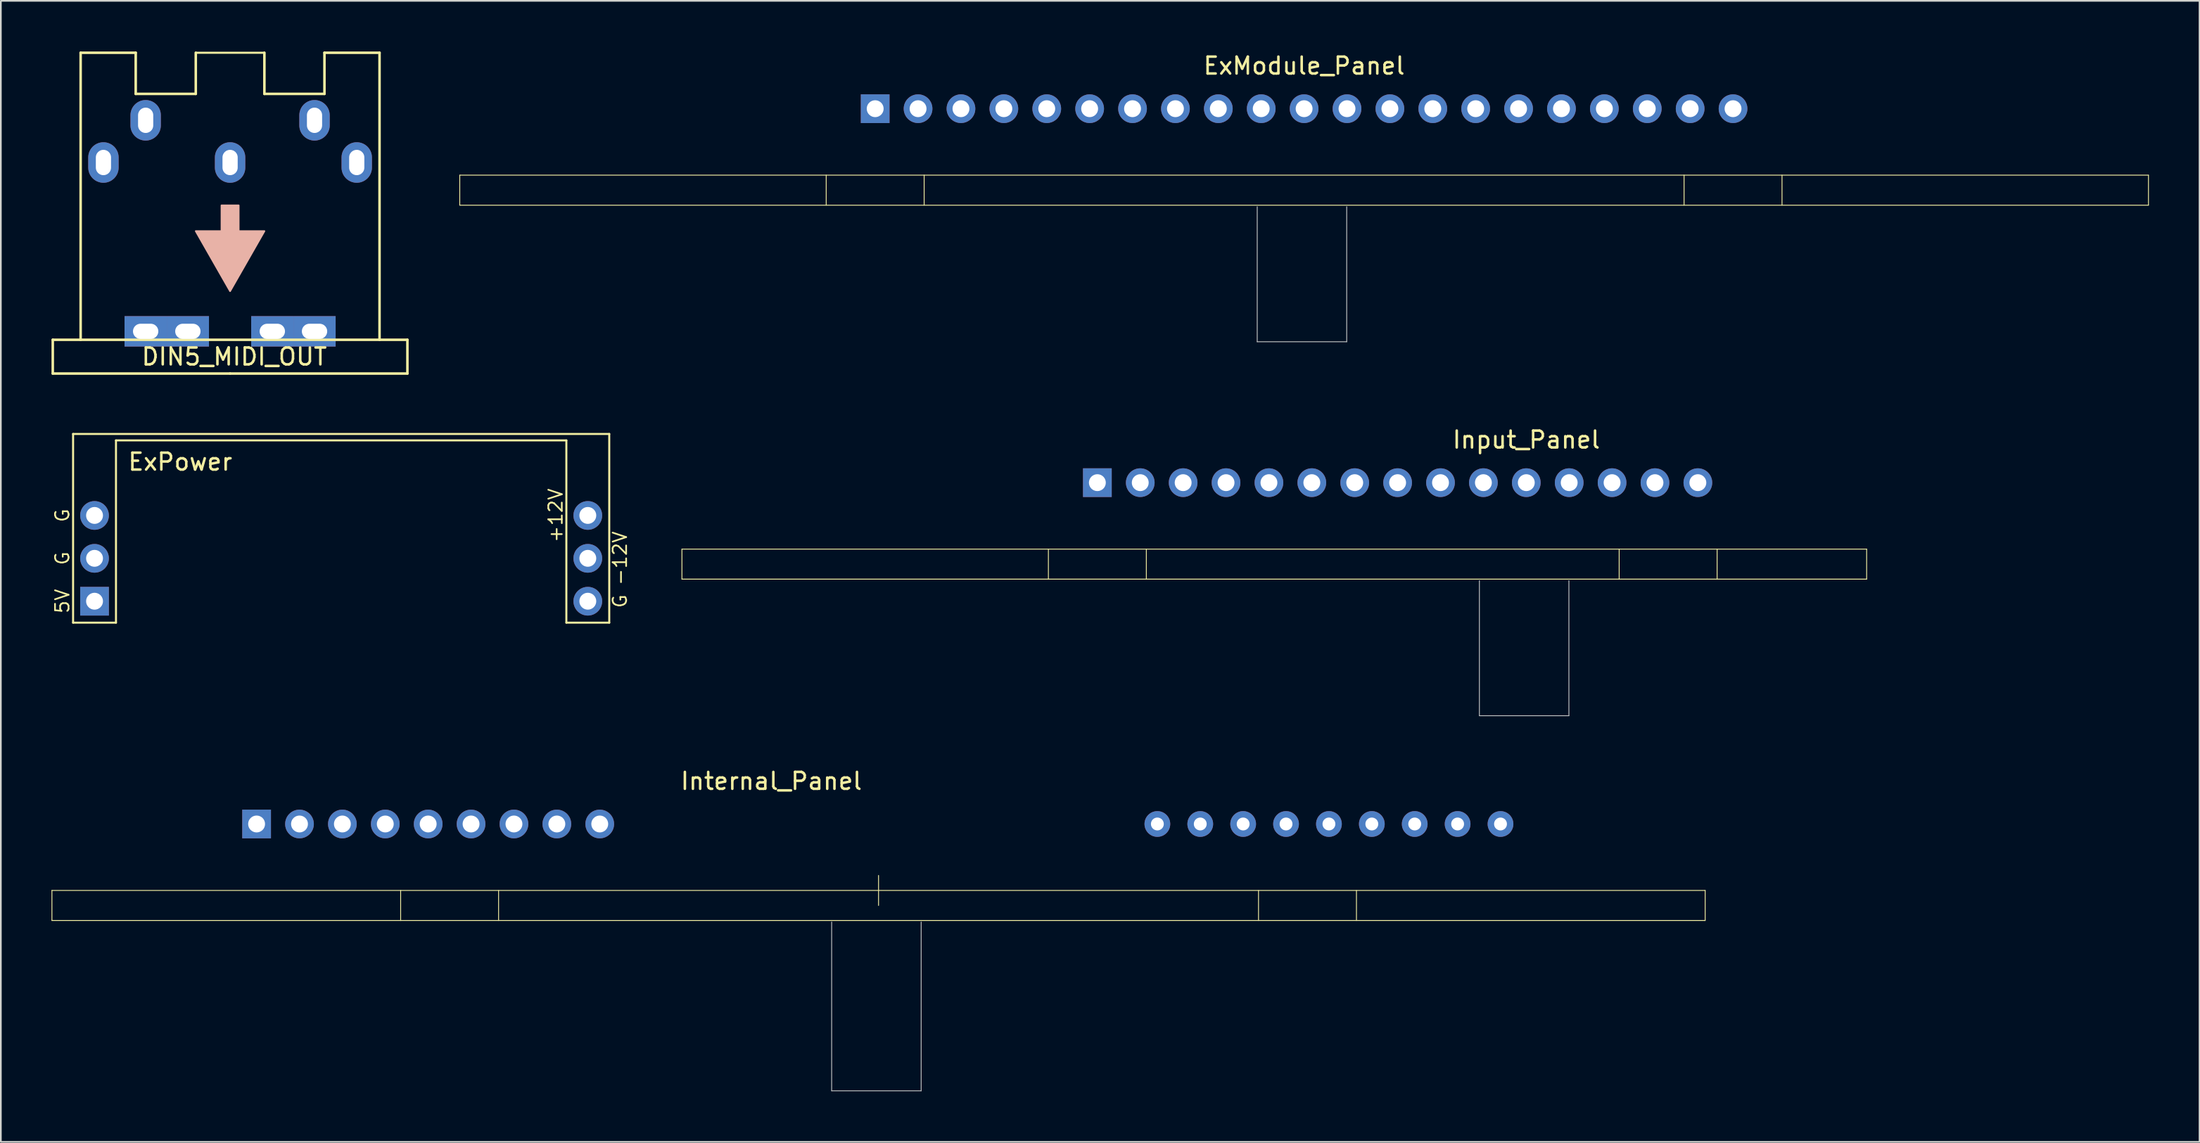
<source format=kicad_pcb>
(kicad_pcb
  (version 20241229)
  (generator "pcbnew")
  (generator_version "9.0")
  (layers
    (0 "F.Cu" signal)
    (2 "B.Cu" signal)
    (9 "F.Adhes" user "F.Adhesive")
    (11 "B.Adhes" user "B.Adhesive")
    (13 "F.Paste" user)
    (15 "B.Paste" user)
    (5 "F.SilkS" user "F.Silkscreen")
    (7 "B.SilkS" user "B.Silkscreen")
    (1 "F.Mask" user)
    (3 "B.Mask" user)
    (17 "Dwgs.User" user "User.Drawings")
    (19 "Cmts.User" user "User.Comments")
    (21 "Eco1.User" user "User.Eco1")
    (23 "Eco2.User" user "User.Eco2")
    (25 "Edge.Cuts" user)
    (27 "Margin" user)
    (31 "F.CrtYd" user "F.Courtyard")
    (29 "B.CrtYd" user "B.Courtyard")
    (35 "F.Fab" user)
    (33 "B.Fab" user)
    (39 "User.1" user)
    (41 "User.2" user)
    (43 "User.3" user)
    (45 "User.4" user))
  (footprint "Input_Panel"
    (layer "F.Cu")
    (at 87.332 25.538)
    (property "Reference" "Input_Panel" (at 0 -2.54 180) (layer "F.SilkS") (effects (font (size 1 1) (thickness 0.15))))
    (attr through_hole)
    (fp_line (start -50 3.937) (end -50 5.715) (stroke (width 0.05) (type solid)) (layer "F.SilkS"))
    (fp_line (start -50 3.937) (end 20.155 3.937) (stroke (width 0.05) (type solid)) (layer "F.SilkS"))
    (fp_line (start -50 5.715) (end 20.155 5.715) (stroke (width 0.05) (type solid)) (layer "F.SilkS"))
    (fp_line (start -28.3 3.937) (end -28.3 5.715) (stroke (width 0.05) (type solid)) (layer "F.SilkS"))
    (fp_line (start -22.5 3.937) (end -22.5 5.715) (stroke (width 0.05) (type solid)) (layer "F.SilkS"))
    (fp_line (start 5.5 5.715) (end 5.5 3.937) (stroke (width 0.05) (type solid)) (layer "F.SilkS"))
    (fp_line (start 11.3 5.715) (end 11.3 3.937) (stroke (width 0.05) (type solid)) (layer "F.SilkS"))
    (fp_line (start 20.155 3.937) (end 20.155 5.715) (stroke (width 0.05) (type solid)) (layer "F.SilkS"))
    (fp_line (start -2.777 13.804) (end -2.777 5.804) (stroke (width 0.05) (type solid)) (layer "Dwgs.User"))
    (fp_line (start -2.777 13.804) (end 2.523 13.804) (stroke (width 0.05) (type solid)) (layer "Dwgs.User"))
    (fp_line (start 2.523 13.804) (end 2.523 5.804) (stroke (width 0.05) (type solid)) (layer "Dwgs.User"))
    (pad "1" thru_hole rect (at -25.4 0) (size 1.7 1.7) (drill 1) (layers "*.Cu" "*.Mask"))
    (pad "2" thru_hole oval (at -22.86 0) (size 1.7 1.7) (drill 1) (layers "*.Cu" "*.Mask"))
    (pad "3" thru_hole oval (at -20.32 0) (size 1.7 1.7) (drill 1) (layers "*.Cu" "*.Mask"))
    (pad "4" thru_hole oval (at -17.78 0) (size 1.7 1.7) (drill 1) (layers "*.Cu" "*.Mask"))
    (pad "5" thru_hole oval (at -15.24 0) (size 1.7 1.7) (drill 1) (layers "*.Cu" "*.Mask"))
    (pad "6" thru_hole oval (at -12.7 0) (size 1.7 1.7) (drill 1) (layers "*.Cu" "*.Mask"))
    (pad "7" thru_hole oval (at -10.16 0) (size 1.7 1.7) (drill 1) (layers "*.Cu" "*.Mask"))
    (pad "8" thru_hole oval (at -7.62 0) (size 1.7 1.7) (drill 1) (layers "*.Cu" "*.Mask"))
    (pad "9" thru_hole oval (at -5.08 0) (size 1.7 1.7) (drill 1) (layers "*.Cu" "*.Mask"))
    (pad "10" thru_hole oval (at -2.54 0) (size 1.7 1.7) (drill 1) (layers "*.Cu" "*.Mask"))
    (pad "11" thru_hole oval (at 0 0) (size 1.7 1.7) (drill 1) (layers "*.Cu" "*.Mask"))
    (pad "12" thru_hole oval (at 2.54 0) (size 1.7 1.7) (drill 1) (layers "*.Cu" "*.Mask"))
    (pad "13" thru_hole oval (at 5.08 0) (size 1.7 1.7) (drill 1) (layers "*.Cu" "*.Mask"))
    (pad "14" thru_hole oval (at 7.62 0) (size 1.7 1.7) (drill 1) (layers "*.Cu" "*.Mask"))
    (pad "15" thru_hole oval (at 10.16 0) (size 1.7 1.7) (drill 1) (layers "*.Cu" "*.Mask")))
  (footprint "ExModule_Panel"
    (layer "F.Cu")
    (at 74.175 3.388)
    (property "Reference" "ExModule_Panel" (at 0 -2.54 180) (layer "F.SilkS") (effects (font (size 1 1) (thickness 0.15))))
    (attr through_hole)
    (fp_line (start -50 3.937) (end -50 5.715) (stroke (width 0.05) (type solid)) (layer "F.SilkS"))
    (fp_line (start -50 3.937) (end 50 3.937) (stroke (width 0.05) (type solid)) (layer "F.SilkS"))
    (fp_line (start -50 5.715) (end 50 5.715) (stroke (width 0.05) (type solid)) (layer "F.SilkS"))
    (fp_line (start -28.3 3.937) (end -28.3 5.715) (stroke (width 0.05) (type solid)) (layer "F.SilkS"))
    (fp_line (start -22.5 3.937) (end -22.5 5.715) (stroke (width 0.05) (type solid)) (layer "F.SilkS"))
    (fp_line (start 22.5 5.715) (end 22.5 3.937) (stroke (width 0.05) (type solid)) (layer "F.SilkS"))
    (fp_line (start 28.3 5.715) (end 28.3 3.937) (stroke (width 0.05) (type solid)) (layer "F.SilkS"))
    (fp_line (start 50 3.937) (end 50 5.715) (stroke (width 0.05) (type solid)) (layer "F.SilkS"))
    (fp_line (start -2.777 13.804) (end -2.777 5.804) (stroke (width 0.05) (type solid)) (layer "Dwgs.User"))
    (fp_line (start -2.777 13.804) (end 2.523 13.804) (stroke (width 0.05) (type solid)) (layer "Dwgs.User"))
    (fp_line (start 2.523 13.804) (end 2.523 5.804) (stroke (width 0.05) (type solid)) (layer "Dwgs.User"))
    (pad "1" thru_hole rect (at -25.4 0) (size 1.7 1.7) (drill 1) (layers "*.Cu" "*.Mask"))
    (pad "2" thru_hole oval (at -22.86 0) (size 1.7 1.7) (drill 1) (layers "*.Cu" "*.Mask"))
    (pad "3" thru_hole oval (at -20.32 0) (size 1.7 1.7) (drill 1) (layers "*.Cu" "*.Mask"))
    (pad "4" thru_hole oval (at -17.78 0) (size 1.7 1.7) (drill 1) (layers "*.Cu" "*.Mask"))
    (pad "5" thru_hole oval (at -15.24 0) (size 1.7 1.7) (drill 1) (layers "*.Cu" "*.Mask"))
    (pad "6" thru_hole oval (at -12.7 0) (size 1.7 1.7) (drill 1) (layers "*.Cu" "*.Mask"))
    (pad "7" thru_hole oval (at -10.16 0) (size 1.7 1.7) (drill 1) (layers "*.Cu" "*.Mask"))
    (pad "8" thru_hole oval (at -7.62 0) (size 1.7 1.7) (drill 1) (layers "*.Cu" "*.Mask"))
    (pad "9" thru_hole oval (at -5.08 0) (size 1.7 1.7) (drill 1) (layers "*.Cu" "*.Mask"))
    (pad "10" thru_hole oval (at -2.54 0) (size 1.7 1.7) (drill 1) (layers "*.Cu" "*.Mask"))
    (pad "11" thru_hole oval (at 0 0) (size 1.7 1.7) (drill 1) (layers "*.Cu" "*.Mask"))
    (pad "12" thru_hole oval (at 2.54 0) (size 1.7 1.7) (drill 1) (layers "*.Cu" "*.Mask"))
    (pad "13" thru_hole oval (at 5.08 0) (size 1.7 1.7) (drill 1) (layers "*.Cu" "*.Mask"))
    (pad "14" thru_hole oval (at 7.62 0) (size 1.7 1.7) (drill 1) (layers "*.Cu" "*.Mask"))
    (pad "15" thru_hole oval (at 10.16 0) (size 1.7 1.7) (drill 1) (layers "*.Cu" "*.Mask"))
    (pad "16" thru_hole oval (at 12.7 0) (size 1.7 1.7) (drill 1) (layers "*.Cu" "*.Mask"))
    (pad "17" thru_hole oval (at 15.24 0) (size 1.7 1.7) (drill 1) (layers "*.Cu" "*.Mask"))
    (pad "18" thru_hole oval (at 17.78 0) (size 1.7 1.7) (drill 1) (layers "*.Cu" "*.Mask"))
    (pad "19" thru_hole oval (at 20.32 0) (size 1.7 1.7) (drill 1) (layers "*.Cu" "*.Mask"))
    (pad "20" thru_hole oval (at 22.86 0) (size 1.7 1.7) (drill 1) (layers "*.Cu" "*.Mask"))
    (pad "21" thru_hole oval (at 25.4 0) (size 1.7 1.7) (drill 1) (layers "*.Cu" "*.Mask")))
  (footprint "DIN5_MIDI_OUT"
    (layer "F.Cu")
    (at 10.575 6.575)
    (property "Reference" "DIN5_MIDI_OUT" (at 0.25 11.5 180) (layer "F.SilkS") (effects (font (size 1 1) (thickness 0.15))))
    (attr through_hole)
    (fp_line (start -10.5 10.5) (end 10.5 10.5) (stroke (width 0.15) (type solid)) (layer "F.SilkS"))
    (fp_line (start -10.5 12.5) (end -10.5 10.5) (stroke (width 0.15) (type solid)) (layer "F.SilkS"))
    (fp_line (start -8.85 -6.5) (end -5.588 -6.5) (stroke (width 0.15) (type solid)) (layer "F.SilkS"))
    (fp_line (start -8.85 10.5) (end -8.85 -6.5) (stroke (width 0.15) (type solid)) (layer "F.SilkS"))
    (fp_line (start -5.588 -6.5) (end -5.588 -4.064) (stroke (width 0.15) (type solid)) (layer "F.SilkS"))
    (fp_line (start -5.588 -4.064) (end -2.032 -4.064) (stroke (width 0.15) (type solid)) (layer "F.SilkS"))
    (fp_line (start -2.032 -6.5) (end -2.032 -4.064) (stroke (width 0.15) (type solid)) (layer "F.SilkS"))
    (fp_line (start -2.032 -6.5) (end 2.032 -6.5) (stroke (width 0.12) (type solid)) (layer "F.SilkS"))
    (fp_line (start 0 12.5) (end -10.5 12.5) (stroke (width 0.15) (type solid)) (layer "F.SilkS"))
    (fp_line (start 0 12.5) (end 10.5 12.5) (stroke (width 0.15) (type solid)) (layer "F.SilkS"))
    (fp_line (start 2.032 -6.5) (end 2.032 -4.064) (stroke (width 0.15) (type solid)) (layer "F.SilkS"))
    (fp_line (start 2.032 -4.064) (end 5.588 -4.064) (stroke (width 0.15) (type solid)) (layer "F.SilkS"))
    (fp_line (start 5.588 -6.5) (end 5.588 -4.064) (stroke (width 0.15) (type solid)) (layer "F.SilkS"))
    (fp_line (start 8.85 -6.5) (end 5.588 -6.5) (stroke (width 0.15) (type solid)) (layer "F.SilkS"))
    (fp_line (start 8.85 -6.5) (end 8.85 10.5) (stroke (width 0.15) (type solid)) (layer "F.SilkS"))
    (fp_line (start 10.5 10.5) (end 10.5 12.5) (stroke (width 0.15) (type solid)) (layer "F.SilkS"))
    (fp_poly (pts (xy -2.032 4.064) (xy -0.508 4.064) (xy -0.508 2.54) (xy 0.508 2.54) (xy 0.508 4.064) (xy 2.032 4.064) (xy 0 7.62)) (stroke (width 0.1) (type solid)) (fill yes) (layer "B.SilkS"))
    (pad "1" thru_hole oval (at 7.5 0) (size 1.8 2.4) (drill oval 0.9 1.5) (layers "*.Cu" "*.Mask"))
    (pad "2" thru_hole oval (at 0 0) (size 1.8 2.4) (drill oval 0.9 1.5) (layers "*.Cu" "*.Mask"))
    (pad "3" thru_hole oval (at -7.5 0) (size 1.8 2.4) (drill oval 0.9 1.5) (layers "*.Cu" "*.Mask"))
    (pad "4" thru_hole oval (at 5 -2.5) (size 1.8 2.4) (drill oval 0.9 1.5) (layers "*.Cu" "*.Mask"))
    (pad "5" thru_hole oval (at -5 -2.5) (size 1.8 2.4) (drill oval 0.9 1.5) (layers "*.Cu" "*.Mask"))
    (pad "6" thru_hole rect (at -5 10) (size 2.5 1.8) (drill oval 1.5 0.9) (layers "*.Cu" "*.Mask"))
    (pad "6" thru_hole rect (at -2.5 10) (size 2.5 1.8) (drill oval 1.5 0.9) (layers "*.Cu" "*.Mask"))
    (pad "6" thru_hole rect (at 2.5 10) (size 2.5 1.8) (drill oval 1.5 0.9) (layers "*.Cu" "*.Mask"))
    (pad "6" thru_hole rect (at 5 10) (size 2.5 1.8) (drill oval 1.5 0.9) (layers "*.Cu" "*.Mask")))
  (footprint "ExPower"
    (layer "F.Cu")
    (at 0.643 22.4)
    (property "Reference" "ExPower" (at 3.81 1.905 180) (layer "F.SilkS") (effects (font (size 1 1) (thickness 0.15)) (justify left)))
    (attr through_hole)
    (fp_line (start 0.635 0.254) (end 32.385 0.254) (stroke (width 0.12) (type solid)) (layer "F.SilkS"))
    (fp_line (start 0.635 11.43) (end 0.635 0.254) (stroke (width 0.12) (type solid)) (layer "F.SilkS"))
    (fp_line (start 3.175 0.635) (end 3.175 11.43) (stroke (width 0.12) (type solid)) (layer "F.SilkS"))
    (fp_line (start 3.175 11.43) (end 0.635 11.43) (stroke (width 0.12) (type solid)) (layer "F.SilkS"))
    (fp_line (start 29.845 0.635) (end 3.175 0.635) (stroke (width 0.12) (type solid)) (layer "F.SilkS"))
    (fp_line (start 29.845 11.43) (end 29.845 0.635) (stroke (width 0.12) (type solid)) (layer "F.SilkS"))
    (fp_line (start 32.385 0.254) (end 32.385 11.43) (stroke (width 0.12) (type solid)) (layer "F.SilkS"))
    (fp_line (start 32.385 11.43) (end 29.845 11.43) (stroke (width 0.12) (type solid)) (layer "F.SilkS"))
    (fp_text user "-12V" (at 33.02 7.62 270) (layer "F.SilkS") (effects (font (size 0.8 0.8) (thickness 0.1))))
    (fp_text user "+12V" (at 29.21 5.08 270) (layer "F.SilkS") (effects (font (size 0.8 0.8) (thickness 0.1))))
    (fp_text user "G" (at 0 7.62 270) (layer "F.SilkS") (effects (font (size 0.8 0.8) (thickness 0.1))))
    (fp_text user "G" (at 0 5.08 270) (layer "F.SilkS") (effects (font (size 0.8 0.8) (thickness 0.1))))
    (fp_text user "5V" (at 0 10.16 270) (layer "F.SilkS") (effects (font (size 0.8 0.8) (thickness 0.1))))
    (fp_text user "G" (at 33.02 10.16 270) (layer "F.SilkS") (effects (font (size 0.8 0.8) (thickness 0.1))))
    (pad "1" thru_hole rect (at 1.905 10.16) (size 1.7 1.7) (drill 1) (layers "*.Cu" "*.Mask"))
    (pad "2" thru_hole oval (at 1.905 5.08) (size 1.7 1.7) (drill 1) (layers "*.Cu" "*.Mask"))
    (pad "2" thru_hole oval (at 1.905 7.62) (size 1.7 1.7) (drill 1) (layers "*.Cu" "*.Mask"))
    (pad "2" thru_hole oval (at 31.115 10.16) (size 1.7 1.7) (drill 1) (layers "*.Cu" "*.Mask"))
    (pad "3" thru_hole oval (at 31.115 5.08) (size 1.7 1.7) (drill 1) (layers "*.Cu" "*.Mask"))
    (pad "4" thru_hole oval (at 31.115 7.62) (size 1.7 1.7) (drill 1) (layers "*.Cu" "*.Mask")))
  (footprint "Internal_Panel"
    (layer "F.Cu")
    (at 48.975 45.755)
    (property "Reference" "Internal_Panel" (at -6.35 -2.54 0) (layer "F.SilkS") (effects (font (size 1 1) (thickness 0.15))))
    (attr through_hole)
    (fp_line (start -48.95 3.937) (end -48.95 5.715) (stroke (width 0.05) (type solid)) (layer "F.SilkS"))
    (fp_line (start -48.95 3.937) (end 48.95 3.937) (stroke (width 0.05) (type solid)) (layer "F.SilkS"))
    (fp_line (start -48.95 5.715) (end 48.95 5.715) (stroke (width 0.05) (type solid)) (layer "F.SilkS"))
    (fp_line (start -28.3 3.937) (end -28.3 5.715) (stroke (width 0.05) (type solid)) (layer "F.SilkS"))
    (fp_line (start -22.5 3.937) (end -22.5 5.715) (stroke (width 0.05) (type solid)) (layer "F.SilkS"))
    (fp_line (start 0 3.048) (end 0 4.826) (stroke (width 0.05) (type solid)) (layer "F.SilkS"))
    (fp_line (start 22.5 5.715) (end 22.5 3.937) (stroke (width 0.05) (type solid)) (layer "F.SilkS"))
    (fp_line (start 28.3 5.715) (end 28.3 3.937) (stroke (width 0.05) (type solid)) (layer "F.SilkS"))
    (fp_line (start 48.95 3.937) (end 48.95 5.715) (stroke (width 0.05) (type solid)) (layer "F.SilkS"))
    (fp_line (start -2.777 15.804) (end -2.777 5.804) (stroke (width 0.05) (type solid)) (layer "Dwgs.User"))
    (fp_line (start -2.777 15.804) (end 2.523 15.804) (stroke (width 0.05) (type solid)) (layer "Dwgs.User"))
    (fp_line (start 2.523 15.804) (end 2.523 5.804) (stroke (width 0.05) (type solid)) (layer "Dwgs.User"))
    (pad "1" thru_hole rect (at -36.83 0) (size 1.7 1.7) (drill 1) (layers "*.Cu" "*.Mask"))
    (pad "2" thru_hole oval (at -34.29 0) (size 1.7 1.7) (drill 1) (layers "*.Cu" "*.Mask"))
    (pad "3" thru_hole oval (at -31.75 0) (size 1.7 1.7) (drill 1) (layers "*.Cu" "*.Mask"))
    (pad "4" thru_hole oval (at -29.21 0) (size 1.7 1.7) (drill 1) (layers "*.Cu" "*.Mask"))
    (pad "5" thru_hole oval (at -26.67 0) (size 1.7 1.7) (drill 1) (layers "*.Cu" "*.Mask"))
    (pad "6" thru_hole oval (at -24.13 0) (size 1.7 1.7) (drill 1) (layers "*.Cu" "*.Mask"))
    (pad "7" thru_hole oval (at -21.59 0) (size 1.7 1.7) (drill 1) (layers "*.Cu" "*.Mask"))
    (pad "8" thru_hole oval (at -19.05 0) (size 1.7 1.7) (drill 1) (layers "*.Cu" "*.Mask"))
    (pad "9" thru_hole oval (at -16.51 0) (size 1.7 1.7) (drill 1) (layers "*.Cu" "*.Mask"))
    (pad "22" thru_hole circle (at 16.51 0) (size 1.524 1.524) (drill 0.762) (layers "*.Cu" "*.Mask"))
    (pad "23" thru_hole circle (at 19.05 0) (size 1.524 1.524) (drill 0.762) (layers "*.Cu" "*.Mask"))
    (pad "24" thru_hole circle (at 21.59 0) (size 1.524 1.524) (drill 0.762) (layers "*.Cu" "*.Mask"))
    (pad "25" thru_hole circle (at 24.13 0) (size 1.524 1.524) (drill 0.762) (layers "*.Cu" "*.Mask"))
    (pad "26" thru_hole circle (at 26.67 0) (size 1.524 1.524) (drill 0.762) (layers "*.Cu" "*.Mask"))
    (pad "27" thru_hole circle (at 29.21 0) (size 1.524 1.524) (drill 0.762) (layers "*.Cu" "*.Mask"))
    (pad "28" thru_hole circle (at 31.75 0) (size 1.524 1.524) (drill 0.762) (layers "*.Cu" "*.Mask"))
    (pad "29" thru_hole circle (at 34.29 0) (size 1.524 1.524) (drill 0.762) (layers "*.Cu" "*.Mask"))
    (pad "30" thru_hole circle (at 36.83 0) (size 1.524 1.524) (drill 0.762) (layers "*.Cu" "*.Mask")))
  (gr_rect
    (start -3 -3)
    (end 127.2 64.585)
    (stroke (width 0.1) (type default))
    (fill no)
    (layer "Edge.Cuts")))
</source>
